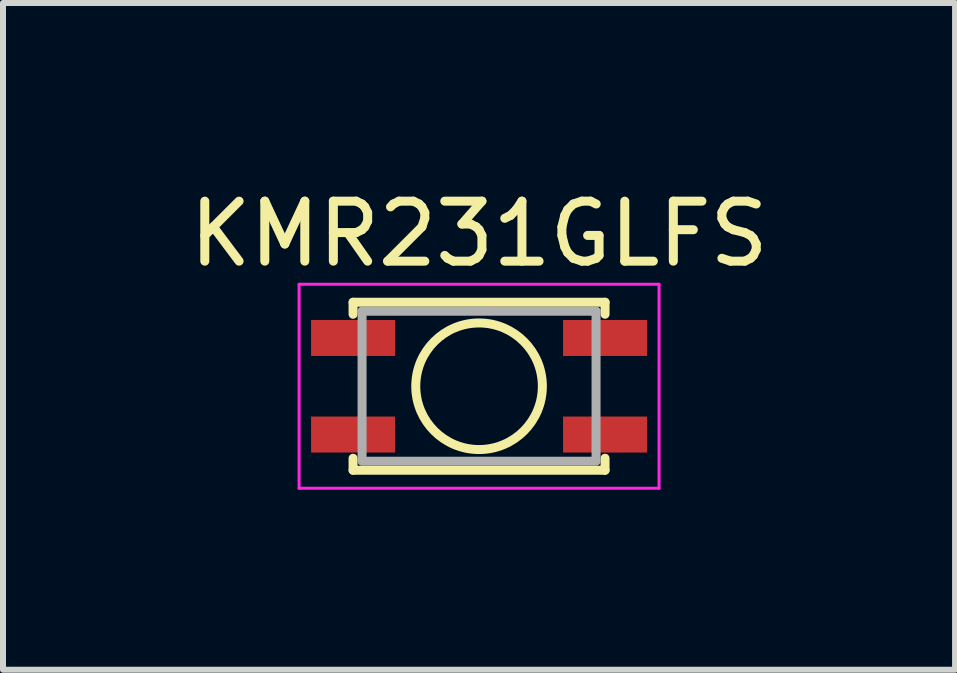
<source format=kicad_pcb>
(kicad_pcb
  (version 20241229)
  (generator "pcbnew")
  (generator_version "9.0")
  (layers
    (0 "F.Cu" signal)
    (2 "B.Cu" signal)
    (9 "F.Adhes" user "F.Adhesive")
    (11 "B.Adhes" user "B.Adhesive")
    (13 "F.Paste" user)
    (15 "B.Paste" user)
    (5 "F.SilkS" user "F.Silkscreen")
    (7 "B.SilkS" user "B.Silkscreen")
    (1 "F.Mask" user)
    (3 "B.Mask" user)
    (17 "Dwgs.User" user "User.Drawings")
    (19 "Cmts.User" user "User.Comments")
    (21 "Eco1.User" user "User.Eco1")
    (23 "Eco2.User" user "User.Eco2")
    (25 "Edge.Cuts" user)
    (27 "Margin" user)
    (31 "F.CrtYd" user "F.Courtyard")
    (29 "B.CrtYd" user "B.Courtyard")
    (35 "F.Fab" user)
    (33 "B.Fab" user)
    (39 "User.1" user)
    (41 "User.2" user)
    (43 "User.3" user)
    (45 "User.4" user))
  (footprint "KMR231GLFS"
    (layer "F.Cu")
    (at 4.935 3.388)
    (property "Reference" "KMR231GLFS" (at 0 -2.54 0) (layer "F.SilkS") (effects (font (size 1 1) (thickness 0.15))))
    (attr smd)
    (fp_line (start -2.1 -1.4) (end -2.1 -1.2) (stroke (width 0.15) (type solid)) (layer "F.SilkS"))
    (fp_line (start -2.1 -1.4) (end 2.1 -1.4) (stroke (width 0.15) (type solid)) (layer "F.SilkS"))
    (fp_line (start -2.1 1.4) (end -2.1 1.2) (stroke (width 0.15) (type solid)) (layer "F.SilkS"))
    (fp_line (start 2.1 -1.4) (end 2.1 -1.2) (stroke (width 0.15) (type solid)) (layer "F.SilkS"))
    (fp_line (start 2.1 1.4) (end -2.1 1.4) (stroke (width 0.15) (type solid)) (layer "F.SilkS"))
    (fp_line (start 2.1 1.4) (end 2.1 1.2) (stroke (width 0.15) (type solid)) (layer "F.SilkS"))
    (fp_circle (center 0 0) (end 1.055 0) (stroke (width 0.15) (type solid)) (fill no) (layer "F.SilkS"))
    (fp_line (start -3 -1.7) (end -3 1.7) (stroke (width 0.05) (type solid)) (layer "F.CrtYd"))
    (fp_line (start -3 1.7) (end 3 1.7) (stroke (width 0.05) (type solid)) (layer "F.CrtYd"))
    (fp_line (start 3 -1.7) (end -3 -1.7) (stroke (width 0.05) (type solid)) (layer "F.CrtYd"))
    (fp_line (start 3 1.7) (end 3 -1.7) (stroke (width 0.05) (type solid)) (layer "F.CrtYd"))
    (fp_line (start -1.95 -1.25) (end 1.95 -1.25) (stroke (width 0.15) (type solid)) (layer "F.Fab"))
    (fp_line (start -1.95 1.25) (end -1.95 -1.25) (stroke (width 0.15) (type solid)) (layer "F.Fab"))
    (fp_line (start 1.9 1.25) (end -1.9 1.25) (stroke (width 0.15) (type solid)) (layer "F.Fab"))
    (fp_line (start 1.95 -1.25) (end 1.95 1.25) (stroke (width 0.15) (type solid)) (layer "F.Fab"))
    (pad "1" smd rect (at -2.1 -0.805) (size 1.4 0.6) (layers "F.Cu" "F.Mask" "F.Paste"))
    (pad "1" smd rect (at 2.1 -0.805) (size 1.4 0.6) (layers "F.Cu" "F.Mask" "F.Paste"))
    (pad "2" smd rect (at -2.1 0.805) (size 1.4 0.6) (layers "F.Cu" "F.Mask" "F.Paste"))
    (pad "2" smd rect (at 2.1 0.805) (size 1.4 0.6) (layers "F.Cu" "F.Mask" "F.Paste")))
  (gr_rect
    (start -3 -3)
    (end 12.869 8.113)
    (stroke (width 0.1) (type default))
    (fill no)
    (layer "Edge.Cuts")))
</source>
